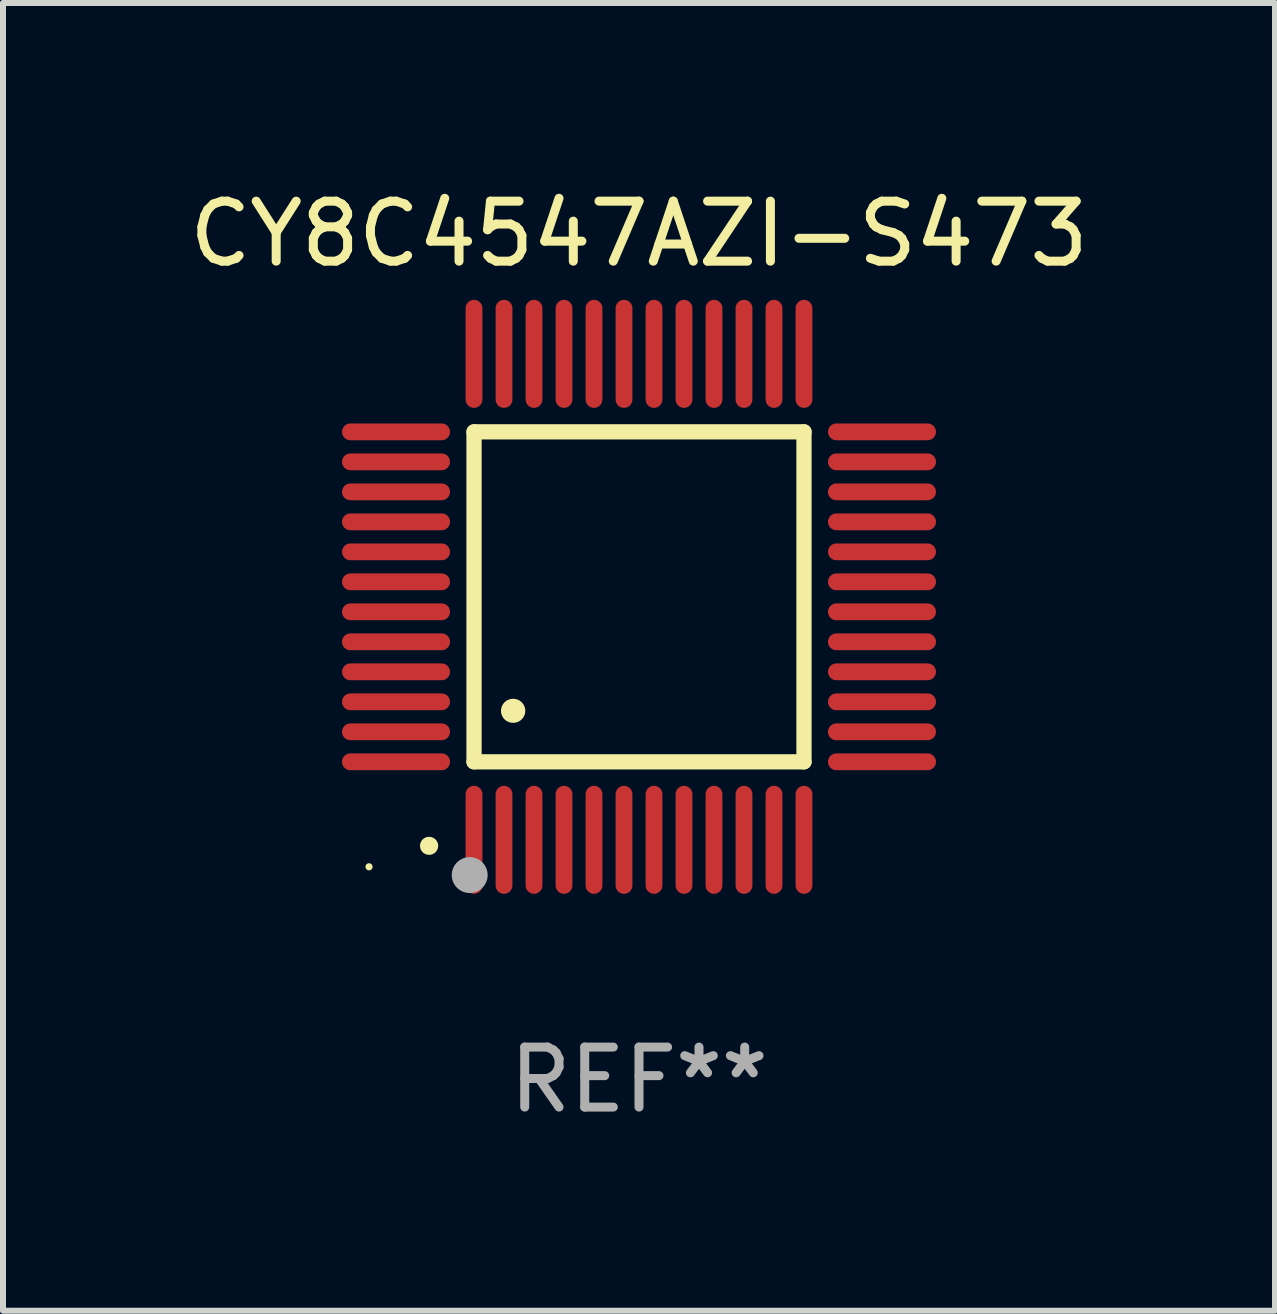
<source format=kicad_pcb>
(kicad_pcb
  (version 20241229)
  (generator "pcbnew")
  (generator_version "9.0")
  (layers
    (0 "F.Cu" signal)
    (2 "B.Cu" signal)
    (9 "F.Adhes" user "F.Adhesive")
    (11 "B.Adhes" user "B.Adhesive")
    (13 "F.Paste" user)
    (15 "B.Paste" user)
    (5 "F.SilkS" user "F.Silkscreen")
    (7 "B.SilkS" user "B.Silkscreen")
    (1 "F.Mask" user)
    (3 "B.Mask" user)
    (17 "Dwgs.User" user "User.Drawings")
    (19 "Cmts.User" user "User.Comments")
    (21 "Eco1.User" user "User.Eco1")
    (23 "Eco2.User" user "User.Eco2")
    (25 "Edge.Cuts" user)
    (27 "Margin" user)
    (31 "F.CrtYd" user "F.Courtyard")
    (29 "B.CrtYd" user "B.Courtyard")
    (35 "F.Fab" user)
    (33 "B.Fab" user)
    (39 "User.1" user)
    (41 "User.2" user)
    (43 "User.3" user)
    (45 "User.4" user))
  (footprint "CY8C4547AZI-S473"
    (layer "F.Cu")
    (at 7.601 6.898)
    (property "Reference" "CY8C4547AZI-S473" (at 0 -6.05 0) (layer "F.SilkS") (effects (font (size 1 1) (thickness 0.15))))
    (attr through_hole)
    (fp_line (start -2.75 -2.75) (end 2.75 -2.75) (stroke (width 0.254) (type solid)) (layer "F.SilkS"))
    (fp_line (start -2.75 2.75) (end -2.75 -2.75) (stroke (width 0.254) (type solid)) (layer "F.SilkS"))
    (fp_line (start 2.75 -2.75) (end 2.75 2.75) (stroke (width 0.254) (type solid)) (layer "F.SilkS"))
    (fp_line (start 2.75 2.75) (end -2.75 2.75) (stroke (width 0.254) (type solid)) (layer "F.SilkS"))
    (fp_arc (start -3.500127 4.150368) (mid -3.498857 4.150363) (end -3.497587 4.150368) (stroke (width 0.3) (type solid)) (layer "F.SilkS"))
    (fp_arc (start -2.100584 1.899924) (mid -2.098044 1.899908) (end -2.095504 1.899924) (stroke (width 0.4) (type solid)) (layer "F.SilkS"))
    (fp_circle (center -4.5 4.5) (end -4.47 4.5) (stroke (width 0.06) (type solid)) (fill no) (layer "F.SilkS"))
    (fp_circle (center -2.822 4.638) (end -2.672 4.638) (stroke (width 0.3) (type solid)) (fill no) (layer "F.Fab"))
    (fp_text user "REF**" (at 0 8.05 0) (layer "F.Fab") (effects (font (size 1 1) (thickness 0.15))))
    (pad "1" smd oval (at -2.75 4.05) (size 0.28 1.8) (layers "F.Cu" "F.Mask" "F.Paste"))
    (pad "2" smd oval (at -2.25 4.05) (size 0.28 1.8) (layers "F.Cu" "F.Mask" "F.Paste"))
    (pad "3" smd oval (at -1.75 4.05) (size 0.28 1.8) (layers "F.Cu" "F.Mask" "F.Paste"))
    (pad "4" smd oval (at -1.25 4.05) (size 0.28 1.8) (layers "F.Cu" "F.Mask" "F.Paste"))
    (pad "5" smd oval (at -0.75 4.05) (size 0.28 1.8) (layers "F.Cu" "F.Mask" "F.Paste"))
    (pad "6" smd oval (at -0.25 4.05) (size 0.28 1.8) (layers "F.Cu" "F.Mask" "F.Paste"))
    (pad "7" smd oval (at 0.25 4.05) (size 0.28 1.8) (layers "F.Cu" "F.Mask" "F.Paste"))
    (pad "8" smd oval (at 0.75 4.05) (size 0.28 1.8) (layers "F.Cu" "F.Mask" "F.Paste"))
    (pad "9" smd oval (at 1.25 4.05) (size 0.28 1.8) (layers "F.Cu" "F.Mask" "F.Paste"))
    (pad "10" smd oval (at 1.75 4.05) (size 0.28 1.8) (layers "F.Cu" "F.Mask" "F.Paste"))
    (pad "11" smd oval (at 2.25 4.05) (size 0.28 1.8) (layers "F.Cu" "F.Mask" "F.Paste"))
    (pad "12" smd oval (at 2.75 4.05) (size 0.28 1.8) (layers "F.Cu" "F.Mask" "F.Paste"))
    (pad "13" smd oval (at 4.05 2.75) (size 1.8 0.28) (layers "F.Cu" "F.Mask" "F.Paste"))
    (pad "14" smd oval (at 4.05 2.25) (size 1.8 0.28) (layers "F.Cu" "F.Mask" "F.Paste"))
    (pad "15" smd oval (at 4.05 1.75) (size 1.8 0.28) (layers "F.Cu" "F.Mask" "F.Paste"))
    (pad "16" smd oval (at 4.05 1.25) (size 1.8 0.28) (layers "F.Cu" "F.Mask" "F.Paste"))
    (pad "17" smd oval (at 4.05 0.75) (size 1.8 0.28) (layers "F.Cu" "F.Mask" "F.Paste"))
    (pad "18" smd oval (at 4.05 0.25) (size 1.8 0.28) (layers "F.Cu" "F.Mask" "F.Paste"))
    (pad "19" smd oval (at 4.05 -0.25) (size 1.8 0.28) (layers "F.Cu" "F.Mask" "F.Paste"))
    (pad "20" smd oval (at 4.05 -0.75) (size 1.8 0.28) (layers "F.Cu" "F.Mask" "F.Paste"))
    (pad "21" smd oval (at 4.05 -1.25) (size 1.8 0.28) (layers "F.Cu" "F.Mask" "F.Paste"))
    (pad "22" smd oval (at 4.05 -1.75) (size 1.8 0.28) (layers "F.Cu" "F.Mask" "F.Paste"))
    (pad "23" smd oval (at 4.05 -2.25) (size 1.8 0.28) (layers "F.Cu" "F.Mask" "F.Paste"))
    (pad "24" smd oval (at 4.05 -2.75) (size 1.8 0.28) (layers "F.Cu" "F.Mask" "F.Paste"))
    (pad "25" smd oval (at 2.75 -4.05) (size 0.28 1.8) (layers "F.Cu" "F.Mask" "F.Paste"))
    (pad "26" smd oval (at 2.25 -4.05) (size 0.28 1.8) (layers "F.Cu" "F.Mask" "F.Paste"))
    (pad "27" smd oval (at 1.75 -4.05) (size 0.28 1.8) (layers "F.Cu" "F.Mask" "F.Paste"))
    (pad "28" smd oval (at 1.25 -4.05) (size 0.28 1.8) (layers "F.Cu" "F.Mask" "F.Paste"))
    (pad "29" smd oval (at 0.75 -4.05) (size 0.28 1.8) (layers "F.Cu" "F.Mask" "F.Paste"))
    (pad "30" smd oval (at 0.25 -4.05) (size 0.28 1.8) (layers "F.Cu" "F.Mask" "F.Paste"))
    (pad "31" smd oval (at -0.25 -4.05) (size 0.28 1.8) (layers "F.Cu" "F.Mask" "F.Paste"))
    (pad "32" smd oval (at -0.75 -4.05) (size 0.28 1.8) (layers "F.Cu" "F.Mask" "F.Paste"))
    (pad "33" smd oval (at -1.25 -4.05) (size 0.28 1.8) (layers "F.Cu" "F.Mask" "F.Paste"))
    (pad "34" smd oval (at -1.75 -4.05) (size 0.28 1.8) (layers "F.Cu" "F.Mask" "F.Paste"))
    (pad "35" smd oval (at -2.25 -4.05) (size 0.28 1.8) (layers "F.Cu" "F.Mask" "F.Paste"))
    (pad "36" smd oval (at -2.75 -4.05) (size 0.28 1.8) (layers "F.Cu" "F.Mask" "F.Paste"))
    (pad "37" smd oval (at -4.05 -2.75) (size 1.8 0.28) (layers "F.Cu" "F.Mask" "F.Paste"))
    (pad "38" smd oval (at -4.05 -2.25) (size 1.8 0.28) (layers "F.Cu" "F.Mask" "F.Paste"))
    (pad "39" smd oval (at -4.05 -1.75) (size 1.8 0.28) (layers "F.Cu" "F.Mask" "F.Paste"))
    (pad "40" smd oval (at -4.05 -1.25) (size 1.8 0.28) (layers "F.Cu" "F.Mask" "F.Paste"))
    (pad "41" smd oval (at -4.05 -0.75) (size 1.8 0.28) (layers "F.Cu" "F.Mask" "F.Paste"))
    (pad "42" smd oval (at -4.05 -0.25) (size 1.8 0.28) (layers "F.Cu" "F.Mask" "F.Paste"))
    (pad "43" smd oval (at -4.05 0.25) (size 1.8 0.28) (layers "F.Cu" "F.Mask" "F.Paste"))
    (pad "44" smd oval (at -4.05 0.75) (size 1.8 0.28) (layers "F.Cu" "F.Mask" "F.Paste"))
    (pad "45" smd oval (at -4.05 1.25) (size 1.8 0.28) (layers "F.Cu" "F.Mask" "F.Paste"))
    (pad "46" smd oval (at -4.05 1.75) (size 1.8 0.28) (layers "F.Cu" "F.Mask" "F.Paste"))
    (pad "47" smd oval (at -4.05 2.25) (size 1.8 0.28) (layers "F.Cu" "F.Mask" "F.Paste"))
    (pad "48" smd oval (at -4.05 2.75) (size 1.8 0.28) (layers "F.Cu" "F.Mask" "F.Paste")))
  (gr_rect
    (start -3 -3)
    (end 18.202 18.797)
    (stroke (width 0.1) (type default))
    (fill no)
    (layer "Edge.Cuts")))
</source>
